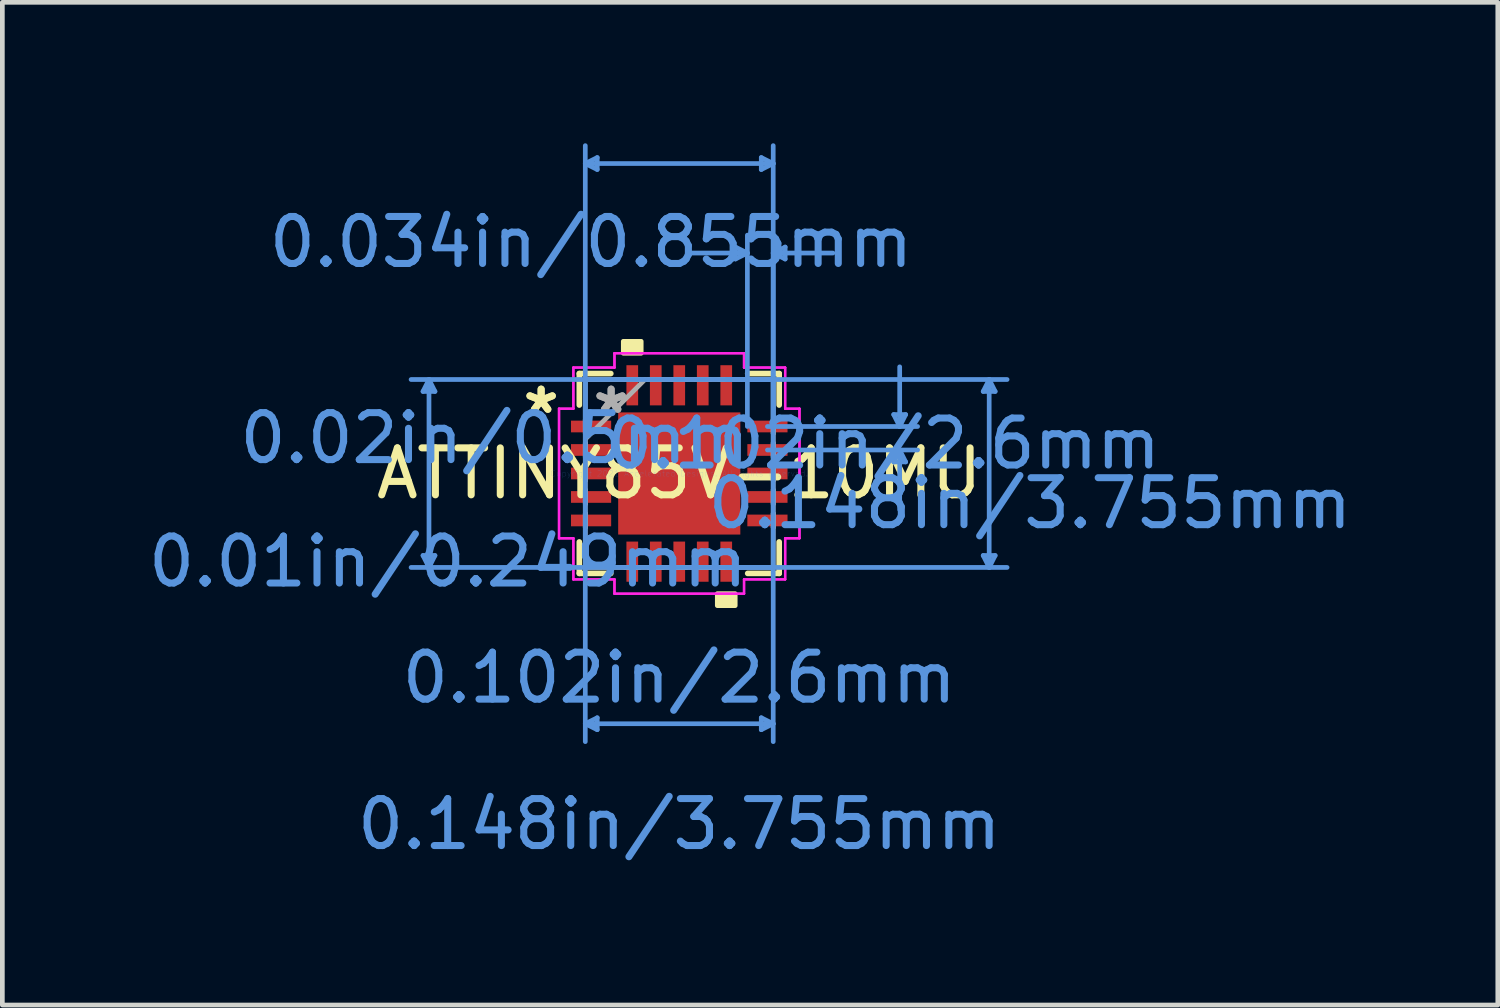
<source format=kicad_pcb>
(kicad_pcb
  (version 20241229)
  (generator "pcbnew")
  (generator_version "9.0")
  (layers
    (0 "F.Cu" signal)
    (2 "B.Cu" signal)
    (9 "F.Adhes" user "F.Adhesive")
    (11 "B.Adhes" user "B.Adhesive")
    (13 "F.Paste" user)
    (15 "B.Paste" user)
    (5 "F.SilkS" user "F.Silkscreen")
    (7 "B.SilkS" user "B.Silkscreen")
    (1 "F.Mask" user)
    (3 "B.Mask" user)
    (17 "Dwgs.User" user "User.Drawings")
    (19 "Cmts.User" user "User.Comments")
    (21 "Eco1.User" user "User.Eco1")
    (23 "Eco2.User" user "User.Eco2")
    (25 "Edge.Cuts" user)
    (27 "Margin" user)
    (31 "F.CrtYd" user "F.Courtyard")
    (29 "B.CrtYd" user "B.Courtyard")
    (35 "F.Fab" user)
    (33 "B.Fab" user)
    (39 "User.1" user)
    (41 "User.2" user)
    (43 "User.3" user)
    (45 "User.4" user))
  (footprint "ATTINY85V-10MU"
    (layer "F.Cu")
    (at 11.408 7.028)
    (property "Reference" "ATTINY85V-10MU" (at 0 0 0) (layer "F.SilkS") (effects (font (size 1 1) (thickness 0.15))))
    (attr through_hole)
    (fp_line (start -2.127 -2.127) (end -2.127 -1.457) (stroke (width 0.12) (type solid)) (layer "F.SilkS"))
    (fp_line (start -2.127 1.457) (end -2.127 2.127) (stroke (width 0.12) (type solid)) (layer "F.SilkS"))
    (fp_line (start -2.127 2.127) (end -1.457 2.127) (stroke (width 0.12) (type solid)) (layer "F.SilkS"))
    (fp_line (start -1.457 -2.127) (end -2.127 -2.127) (stroke (width 0.12) (type solid)) (layer "F.SilkS"))
    (fp_line (start 1.457 2.127) (end 2.127 2.127) (stroke (width 0.12) (type solid)) (layer "F.SilkS"))
    (fp_line (start 2.127 -2.127) (end 1.457 -2.127) (stroke (width 0.12) (type solid)) (layer "F.SilkS"))
    (fp_line (start 2.127 -1.457) (end 2.127 -2.127) (stroke (width 0.12) (type solid)) (layer "F.SilkS"))
    (fp_line (start 2.127 2.127) (end 2.127 1.457) (stroke (width 0.12) (type solid)) (layer "F.SilkS"))
    (fp_poly (pts (xy -1.191 -2.559) (xy -1.191 -2.813) (xy -0.81 -2.813) (xy -0.81 -2.559)) (stroke (width 0.1) (type solid)) (fill yes) (layer "F.SilkS"))
    (fp_poly (pts (xy 0.81 2.559) (xy 0.81 2.813) (xy 1.191 2.813) (xy 1.191 2.559)) (stroke (width 0.1) (type solid)) (fill yes) (layer "F.SilkS"))
    (fp_poly (pts (xy -1.2 -1.2) (xy -1.2 -0.1) (xy -0.1 -0.1) (xy -0.1 -1.2)) (stroke (width 0.1) (type solid)) (fill yes) (layer "F.Paste"))
    (fp_poly (pts (xy -1.2 0.1) (xy -1.2 1.2) (xy -0.1 1.2) (xy -0.1 0.1)) (stroke (width 0.1) (type solid)) (fill yes) (layer "F.Paste"))
    (fp_poly (pts (xy 0.1 -1.2) (xy 0.1 -0.1) (xy 1.2 -0.1) (xy 1.2 -1.2)) (stroke (width 0.1) (type solid)) (fill yes) (layer "F.Paste"))
    (fp_poly (pts (xy 0.1 0.1) (xy 0.1 1.2) (xy 1.2 1.2) (xy 1.2 0.1)) (stroke (width 0.1) (type solid)) (fill yes) (layer "F.Paste"))
    (fp_line (start -5.454 -1.746) (end -5.2 -1.746) (stroke (width 0.1) (type solid)) (layer "Cmts.User"))
    (fp_line (start -5.454 1.746) (end -5.2 1.746) (stroke (width 0.1) (type solid)) (layer "Cmts.User"))
    (fp_line (start -5.327 -2) (end -5.454 -1.746) (stroke (width 0.1) (type solid)) (layer "Cmts.User"))
    (fp_line (start -5.327 -2) (end -5.327 2) (stroke (width 0.1) (type solid)) (layer "Cmts.User"))
    (fp_line (start -5.327 -2) (end -5.2 -1.746) (stroke (width 0.1) (type solid)) (layer "Cmts.User"))
    (fp_line (start -5.327 2) (end -5.454 1.746) (stroke (width 0.1) (type solid)) (layer "Cmts.User"))
    (fp_line (start -5.327 2) (end -5.2 1.746) (stroke (width 0.1) (type solid)) (layer "Cmts.User"))
    (fp_line (start -2 -6.597) (end -1.746 -6.724) (stroke (width 0.1) (type solid)) (layer "Cmts.User"))
    (fp_line (start -2 -6.597) (end -1.746 -6.47) (stroke (width 0.1) (type solid)) (layer "Cmts.User"))
    (fp_line (start -2 -6.597) (end 2 -6.597) (stroke (width 0.1) (type solid)) (layer "Cmts.User"))
    (fp_line (start -2 -2) (end -2 5.708) (stroke (width 0.1) (type solid)) (layer "Cmts.User"))
    (fp_line (start -2 -1) (end -2 -6.978) (stroke (width 0.1) (type solid)) (layer "Cmts.User"))
    (fp_line (start -2 5.327) (end -1.746 5.2) (stroke (width 0.1) (type solid)) (layer "Cmts.User"))
    (fp_line (start -2 5.327) (end -1.746 5.454) (stroke (width 0.1) (type solid)) (layer "Cmts.User"))
    (fp_line (start -2 5.327) (end 2 5.327) (stroke (width 0.1) (type solid)) (layer "Cmts.User"))
    (fp_line (start -1.746 -6.724) (end -1.746 -6.47) (stroke (width 0.1) (type solid)) (layer "Cmts.User"))
    (fp_line (start -1.746 5.2) (end -1.746 5.454) (stroke (width 0.1) (type solid)) (layer "Cmts.User"))
    (fp_line (start 1 -2) (end 6.978 -2) (stroke (width 0.1) (type solid)) (layer "Cmts.User"))
    (fp_line (start 1 2) (end 6.978 2) (stroke (width 0.1) (type solid)) (layer "Cmts.User"))
    (fp_line (start 1.196 -4.819) (end 1.196 -4.565) (stroke (width 0.1) (type solid)) (layer "Cmts.User"))
    (fp_line (start 1.45 -4.692) (end 0.18 -4.692) (stroke (width 0.1) (type solid)) (layer "Cmts.User"))
    (fp_line (start 1.45 -4.692) (end 1.196 -4.819) (stroke (width 0.1) (type solid)) (layer "Cmts.User"))
    (fp_line (start 1.45 -4.692) (end 1.196 -4.565) (stroke (width 0.1) (type solid)) (layer "Cmts.User"))
    (fp_line (start 1.45 -1) (end 1.45 -5.073) (stroke (width 0.1) (type solid)) (layer "Cmts.User"))
    (fp_line (start 1.746 -6.724) (end 1.746 -6.47) (stroke (width 0.1) (type solid)) (layer "Cmts.User"))
    (fp_line (start 1.746 5.2) (end 1.746 5.454) (stroke (width 0.1) (type solid)) (layer "Cmts.User"))
    (fp_line (start 1.877 -1) (end 5.073 -1) (stroke (width 0.1) (type solid)) (layer "Cmts.User"))
    (fp_line (start 1.877 -0.5) (end 5.073 -0.5) (stroke (width 0.1) (type solid)) (layer "Cmts.User"))
    (fp_line (start 2 -6.597) (end 1.746 -6.724) (stroke (width 0.1) (type solid)) (layer "Cmts.User"))
    (fp_line (start 2 -6.597) (end 1.746 -6.47) (stroke (width 0.1) (type solid)) (layer "Cmts.User"))
    (fp_line (start 2 -4.692) (end 2.254 -4.819) (stroke (width 0.1) (type solid)) (layer "Cmts.User"))
    (fp_line (start 2 -4.692) (end 2.254 -4.565) (stroke (width 0.1) (type solid)) (layer "Cmts.User"))
    (fp_line (start 2 -4.692) (end 3.27 -4.692) (stroke (width 0.1) (type solid)) (layer "Cmts.User"))
    (fp_line (start 2 -2) (end -5.708 -2) (stroke (width 0.1) (type solid)) (layer "Cmts.User"))
    (fp_line (start 2 -2) (end 2 5.708) (stroke (width 0.1) (type solid)) (layer "Cmts.User"))
    (fp_line (start 2 -1) (end 2 -6.978) (stroke (width 0.1) (type solid)) (layer "Cmts.User"))
    (fp_line (start 2 -1) (end 2 -5.073) (stroke (width 0.1) (type solid)) (layer "Cmts.User"))
    (fp_line (start 2 2) (end -5.708 2) (stroke (width 0.1) (type solid)) (layer "Cmts.User"))
    (fp_line (start 2 5.327) (end 1.746 5.2) (stroke (width 0.1) (type solid)) (layer "Cmts.User"))
    (fp_line (start 2 5.327) (end 1.746 5.454) (stroke (width 0.1) (type solid)) (layer "Cmts.User"))
    (fp_line (start 2.254 -4.819) (end 2.254 -4.565) (stroke (width 0.1) (type solid)) (layer "Cmts.User"))
    (fp_line (start 4.565 -1.254) (end 4.819 -1.254) (stroke (width 0.1) (type solid)) (layer "Cmts.User"))
    (fp_line (start 4.565 -0.246) (end 4.819 -0.246) (stroke (width 0.1) (type solid)) (layer "Cmts.User"))
    (fp_line (start 4.692 -1) (end 4.565 -1.254) (stroke (width 0.1) (type solid)) (layer "Cmts.User"))
    (fp_line (start 4.692 -1) (end 4.692 -2.27) (stroke (width 0.1) (type solid)) (layer "Cmts.User"))
    (fp_line (start 4.692 -1) (end 4.819 -1.254) (stroke (width 0.1) (type solid)) (layer "Cmts.User"))
    (fp_line (start 4.692 -0.5) (end 4.565 -0.246) (stroke (width 0.1) (type solid)) (layer "Cmts.User"))
    (fp_line (start 4.692 -0.5) (end 4.692 0.77) (stroke (width 0.1) (type solid)) (layer "Cmts.User"))
    (fp_line (start 4.692 -0.5) (end 4.819 -0.246) (stroke (width 0.1) (type solid)) (layer "Cmts.User"))
    (fp_line (start 6.47 -1.746) (end 6.724 -1.746) (stroke (width 0.1) (type solid)) (layer "Cmts.User"))
    (fp_line (start 6.47 1.746) (end 6.724 1.746) (stroke (width 0.1) (type solid)) (layer "Cmts.User"))
    (fp_line (start 6.597 -2) (end 6.47 -1.746) (stroke (width 0.1) (type solid)) (layer "Cmts.User"))
    (fp_line (start 6.597 -2) (end 6.597 2) (stroke (width 0.1) (type solid)) (layer "Cmts.User"))
    (fp_line (start 6.597 -2) (end 6.724 -1.746) (stroke (width 0.1) (type solid)) (layer "Cmts.User"))
    (fp_line (start 6.597 2) (end 6.47 1.746) (stroke (width 0.1) (type solid)) (layer "Cmts.User"))
    (fp_line (start 6.597 2) (end 6.724 1.746) (stroke (width 0.1) (type solid)) (layer "Cmts.User"))
    (fp_line (start -2.559 -1.379) (end -2.254 -1.379) (stroke (width 0.05) (type solid)) (layer "F.CrtYd"))
    (fp_line (start -2.559 -1.379) (end -2.254 -1.379) (stroke (width 0.05) (type solid)) (layer "F.CrtYd"))
    (fp_line (start -2.559 1.379) (end -2.559 -1.379) (stroke (width 0.05) (type solid)) (layer "F.CrtYd"))
    (fp_line (start -2.559 1.379) (end -2.559 -1.379) (stroke (width 0.05) (type solid)) (layer "F.CrtYd"))
    (fp_line (start -2.254 -2.254) (end -1.379 -2.254) (stroke (width 0.05) (type solid)) (layer "F.CrtYd"))
    (fp_line (start -2.254 -2.254) (end -1.379 -2.254) (stroke (width 0.05) (type solid)) (layer "F.CrtYd"))
    (fp_line (start -2.254 -1.379) (end -2.254 -2.254) (stroke (width 0.05) (type solid)) (layer "F.CrtYd"))
    (fp_line (start -2.254 -1.379) (end -2.254 -2.254) (stroke (width 0.05) (type solid)) (layer "F.CrtYd"))
    (fp_line (start -2.254 1.379) (end -2.559 1.379) (stroke (width 0.05) (type solid)) (layer "F.CrtYd"))
    (fp_line (start -2.254 1.379) (end -2.559 1.379) (stroke (width 0.05) (type solid)) (layer "F.CrtYd"))
    (fp_line (start -2.254 2.254) (end -2.254 1.379) (stroke (width 0.05) (type solid)) (layer "F.CrtYd"))
    (fp_line (start -2.254 2.254) (end -2.254 1.379) (stroke (width 0.05) (type solid)) (layer "F.CrtYd"))
    (fp_line (start -1.379 -2.559) (end 1.379 -2.559) (stroke (width 0.05) (type solid)) (layer "F.CrtYd"))
    (fp_line (start -1.379 -2.559) (end 1.379 -2.559) (stroke (width 0.05) (type solid)) (layer "F.CrtYd"))
    (fp_line (start -1.379 -2.254) (end -1.379 -2.559) (stroke (width 0.05) (type solid)) (layer "F.CrtYd"))
    (fp_line (start -1.379 -2.254) (end -1.379 -2.559) (stroke (width 0.05) (type solid)) (layer "F.CrtYd"))
    (fp_line (start -1.379 2.254) (end -2.254 2.254) (stroke (width 0.05) (type solid)) (layer "F.CrtYd"))
    (fp_line (start -1.379 2.254) (end -2.254 2.254) (stroke (width 0.05) (type solid)) (layer "F.CrtYd"))
    (fp_line (start -1.379 2.559) (end -1.379 2.254) (stroke (width 0.05) (type solid)) (layer "F.CrtYd"))
    (fp_line (start -1.379 2.559) (end -1.379 2.254) (stroke (width 0.05) (type solid)) (layer "F.CrtYd"))
    (fp_line (start 1.379 -2.559) (end 1.379 -2.254) (stroke (width 0.05) (type solid)) (layer "F.CrtYd"))
    (fp_line (start 1.379 -2.559) (end 1.379 -2.254) (stroke (width 0.05) (type solid)) (layer "F.CrtYd"))
    (fp_line (start 1.379 -2.254) (end 2.254 -2.254) (stroke (width 0.05) (type solid)) (layer "F.CrtYd"))
    (fp_line (start 1.379 -2.254) (end 2.254 -2.254) (stroke (width 0.05) (type solid)) (layer "F.CrtYd"))
    (fp_line (start 1.379 2.254) (end 1.379 2.559) (stroke (width 0.05) (type solid)) (layer "F.CrtYd"))
    (fp_line (start 1.379 2.254) (end 1.379 2.559) (stroke (width 0.05) (type solid)) (layer "F.CrtYd"))
    (fp_line (start 1.379 2.559) (end -1.379 2.559) (stroke (width 0.05) (type solid)) (layer "F.CrtYd"))
    (fp_line (start 1.379 2.559) (end -1.379 2.559) (stroke (width 0.05) (type solid)) (layer "F.CrtYd"))
    (fp_line (start 2.254 -2.254) (end 2.254 -1.379) (stroke (width 0.05) (type solid)) (layer "F.CrtYd"))
    (fp_line (start 2.254 -2.254) (end 2.254 -1.379) (stroke (width 0.05) (type solid)) (layer "F.CrtYd"))
    (fp_line (start 2.254 -1.379) (end 2.559 -1.379) (stroke (width 0.05) (type solid)) (layer "F.CrtYd"))
    (fp_line (start 2.254 -1.379) (end 2.559 -1.379) (stroke (width 0.05) (type solid)) (layer "F.CrtYd"))
    (fp_line (start 2.254 1.379) (end 2.254 2.254) (stroke (width 0.05) (type solid)) (layer "F.CrtYd"))
    (fp_line (start 2.254 1.379) (end 2.254 2.254) (stroke (width 0.05) (type solid)) (layer "F.CrtYd"))
    (fp_line (start 2.254 2.254) (end 1.379 2.254) (stroke (width 0.05) (type solid)) (layer "F.CrtYd"))
    (fp_line (start 2.254 2.254) (end 1.379 2.254) (stroke (width 0.05) (type solid)) (layer "F.CrtYd"))
    (fp_line (start 2.559 -1.379) (end 2.559 1.379) (stroke (width 0.05) (type solid)) (layer "F.CrtYd"))
    (fp_line (start 2.559 -1.379) (end 2.559 1.379) (stroke (width 0.05) (type solid)) (layer "F.CrtYd"))
    (fp_line (start 2.559 1.379) (end 2.254 1.379) (stroke (width 0.05) (type solid)) (layer "F.CrtYd"))
    (fp_line (start 2.559 1.379) (end 2.254 1.379) (stroke (width 0.05) (type solid)) (layer "F.CrtYd"))
    (fp_line (start -2 -2) (end -2 -2) (stroke (width 0.1) (type solid)) (layer "F.Fab"))
    (fp_line (start -2 -2) (end -2 2) (stroke (width 0.1) (type solid)) (layer "F.Fab"))
    (fp_line (start -2 -1.15) (end -2 -1.15) (stroke (width 0.1) (type solid)) (layer "F.Fab"))
    (fp_line (start -2 -1.15) (end -2 -0.85) (stroke (width 0.1) (type solid)) (layer "F.Fab"))
    (fp_line (start -2 -0.85) (end -2 -1.15) (stroke (width 0.1) (type solid)) (layer "F.Fab"))
    (fp_line (start -2 -0.85) (end -2 -0.85) (stroke (width 0.1) (type solid)) (layer "F.Fab"))
    (fp_line (start -2 -0.73) (end -0.73 -2) (stroke (width 0.1) (type solid)) (layer "F.Fab"))
    (fp_line (start -2 -0.65) (end -2 -0.65) (stroke (width 0.1) (type solid)) (layer "F.Fab"))
    (fp_line (start -2 -0.65) (end -2 -0.35) (stroke (width 0.1) (type solid)) (layer "F.Fab"))
    (fp_line (start -2 -0.35) (end -2 -0.65) (stroke (width 0.1) (type solid)) (layer "F.Fab"))
    (fp_line (start -2 -0.35) (end -2 -0.35) (stroke (width 0.1) (type solid)) (layer "F.Fab"))
    (fp_line (start -2 -0.15) (end -2 -0.15) (stroke (width 0.1) (type solid)) (layer "F.Fab"))
    (fp_line (start -2 -0.15) (end -2 0.15) (stroke (width 0.1) (type solid)) (layer "F.Fab"))
    (fp_line (start -2 0.15) (end -2 -0.15) (stroke (width 0.1) (type solid)) (layer "F.Fab"))
    (fp_line (start -2 0.15) (end -2 0.15) (stroke (width 0.1) (type solid)) (layer "F.Fab"))
    (fp_line (start -2 0.35) (end -2 0.35) (stroke (width 0.1) (type solid)) (layer "F.Fab"))
    (fp_line (start -2 0.35) (end -2 0.65) (stroke (width 0.1) (type solid)) (layer "F.Fab"))
    (fp_line (start -2 0.65) (end -2 0.35) (stroke (width 0.1) (type solid)) (layer "F.Fab"))
    (fp_line (start -2 0.65) (end -2 0.65) (stroke (width 0.1) (type solid)) (layer "F.Fab"))
    (fp_line (start -2 0.85) (end -2 0.85) (stroke (width 0.1) (type solid)) (layer "F.Fab"))
    (fp_line (start -2 0.85) (end -2 1.15) (stroke (width 0.1) (type solid)) (layer "F.Fab"))
    (fp_line (start -2 1.15) (end -2 0.85) (stroke (width 0.1) (type solid)) (layer "F.Fab"))
    (fp_line (start -2 1.15) (end -2 1.15) (stroke (width 0.1) (type solid)) (layer "F.Fab"))
    (fp_line (start -2 2) (end -2 2) (stroke (width 0.1) (type solid)) (layer "F.Fab"))
    (fp_line (start -2 2) (end 2 2) (stroke (width 0.1) (type solid)) (layer "F.Fab"))
    (fp_line (start -1.15 -2) (end -1.15 -2) (stroke (width 0.1) (type solid)) (layer "F.Fab"))
    (fp_line (start -1.15 -2) (end -0.85 -2) (stroke (width 0.1) (type solid)) (layer "F.Fab"))
    (fp_line (start -1.15 2) (end -1.15 2) (stroke (width 0.1) (type solid)) (layer "F.Fab"))
    (fp_line (start -1.15 2) (end -0.85 2) (stroke (width 0.1) (type solid)) (layer "F.Fab"))
    (fp_line (start -0.85 -2) (end -1.15 -2) (stroke (width 0.1) (type solid)) (layer "F.Fab"))
    (fp_line (start -0.85 -2) (end -0.85 -2) (stroke (width 0.1) (type solid)) (layer "F.Fab"))
    (fp_line (start -0.85 2) (end -1.15 2) (stroke (width 0.1) (type solid)) (layer "F.Fab"))
    (fp_line (start -0.85 2) (end -0.85 2) (stroke (width 0.1) (type solid)) (layer "F.Fab"))
    (fp_line (start -0.65 -2) (end -0.65 -2) (stroke (width 0.1) (type solid)) (layer "F.Fab"))
    (fp_line (start -0.65 -2) (end -0.35 -2) (stroke (width 0.1) (type solid)) (layer "F.Fab"))
    (fp_line (start -0.65 2) (end -0.65 2) (stroke (width 0.1) (type solid)) (layer "F.Fab"))
    (fp_line (start -0.65 2) (end -0.35 2) (stroke (width 0.1) (type solid)) (layer "F.Fab"))
    (fp_line (start -0.35 -2) (end -0.65 -2) (stroke (width 0.1) (type solid)) (layer "F.Fab"))
    (fp_line (start -0.35 -2) (end -0.35 -2) (stroke (width 0.1) (type solid)) (layer "F.Fab"))
    (fp_line (start -0.35 2) (end -0.65 2) (stroke (width 0.1) (type solid)) (layer "F.Fab"))
    (fp_line (start -0.35 2) (end -0.35 2) (stroke (width 0.1) (type solid)) (layer "F.Fab"))
    (fp_line (start -0.15 -2) (end -0.15 -2) (stroke (width 0.1) (type solid)) (layer "F.Fab"))
    (fp_line (start -0.15 -2) (end 0.15 -2) (stroke (width 0.1) (type solid)) (layer "F.Fab"))
    (fp_line (start -0.15 2) (end -0.15 2) (stroke (width 0.1) (type solid)) (layer "F.Fab"))
    (fp_line (start -0.15 2) (end 0.15 2) (stroke (width 0.1) (type solid)) (layer "F.Fab"))
    (fp_line (start 0.15 -2) (end -0.15 -2) (stroke (width 0.1) (type solid)) (layer "F.Fab"))
    (fp_line (start 0.15 -2) (end 0.15 -2) (stroke (width 0.1) (type solid)) (layer "F.Fab"))
    (fp_line (start 0.15 2) (end -0.15 2) (stroke (width 0.1) (type solid)) (layer "F.Fab"))
    (fp_line (start 0.15 2) (end 0.15 2) (stroke (width 0.1) (type solid)) (layer "F.Fab"))
    (fp_line (start 0.35 -2) (end 0.35 -2) (stroke (width 0.1) (type solid)) (layer "F.Fab"))
    (fp_line (start 0.35 -2) (end 0.65 -2) (stroke (width 0.1) (type solid)) (layer "F.Fab"))
    (fp_line (start 0.35 2) (end 0.35 2) (stroke (width 0.1) (type solid)) (layer "F.Fab"))
    (fp_line (start 0.35 2) (end 0.65 2) (stroke (width 0.1) (type solid)) (layer "F.Fab"))
    (fp_line (start 0.65 -2) (end 0.35 -2) (stroke (width 0.1) (type solid)) (layer "F.Fab"))
    (fp_line (start 0.65 -2) (end 0.65 -2) (stroke (width 0.1) (type solid)) (layer "F.Fab"))
    (fp_line (start 0.65 2) (end 0.35 2) (stroke (width 0.1) (type solid)) (layer "F.Fab"))
    (fp_line (start 0.65 2) (end 0.65 2) (stroke (width 0.1) (type solid)) (layer "F.Fab"))
    (fp_line (start 0.85 -2) (end 0.85 -2) (stroke (width 0.1) (type solid)) (layer "F.Fab"))
    (fp_line (start 0.85 -2) (end 1.15 -2) (stroke (width 0.1) (type solid)) (layer "F.Fab"))
    (fp_line (start 0.85 2) (end 0.85 2) (stroke (width 0.1) (type solid)) (layer "F.Fab"))
    (fp_line (start 0.85 2) (end 1.15 2) (stroke (width 0.1) (type solid)) (layer "F.Fab"))
    (fp_line (start 1.15 -2) (end 0.85 -2) (stroke (width 0.1) (type solid)) (layer "F.Fab"))
    (fp_line (start 1.15 -2) (end 1.15 -2) (stroke (width 0.1) (type solid)) (layer "F.Fab"))
    (fp_line (start 1.15 2) (end 0.85 2) (stroke (width 0.1) (type solid)) (layer "F.Fab"))
    (fp_line (start 1.15 2) (end 1.15 2) (stroke (width 0.1) (type solid)) (layer "F.Fab"))
    (fp_line (start 2 -2) (end -2 -2) (stroke (width 0.1) (type solid)) (layer "F.Fab"))
    (fp_line (start 2 -2) (end 2 -2) (stroke (width 0.1) (type solid)) (layer "F.Fab"))
    (fp_line (start 2 -1.15) (end 2 -1.15) (stroke (width 0.1) (type solid)) (layer "F.Fab"))
    (fp_line (start 2 -1.15) (end 2 -0.85) (stroke (width 0.1) (type solid)) (layer "F.Fab"))
    (fp_line (start 2 -0.85) (end 2 -1.15) (stroke (width 0.1) (type solid)) (layer "F.Fab"))
    (fp_line (start 2 -0.85) (end 2 -0.85) (stroke (width 0.1) (type solid)) (layer "F.Fab"))
    (fp_line (start 2 -0.65) (end 2 -0.65) (stroke (width 0.1) (type solid)) (layer "F.Fab"))
    (fp_line (start 2 -0.65) (end 2 -0.35) (stroke (width 0.1) (type solid)) (layer "F.Fab"))
    (fp_line (start 2 -0.35) (end 2 -0.65) (stroke (width 0.1) (type solid)) (layer "F.Fab"))
    (fp_line (start 2 -0.35) (end 2 -0.35) (stroke (width 0.1) (type solid)) (layer "F.Fab"))
    (fp_line (start 2 -0.15) (end 2 -0.15) (stroke (width 0.1) (type solid)) (layer "F.Fab"))
    (fp_line (start 2 -0.15) (end 2 0.15) (stroke (width 0.1) (type solid)) (layer "F.Fab"))
    (fp_line (start 2 0.15) (end 2 -0.15) (stroke (width 0.1) (type solid)) (layer "F.Fab"))
    (fp_line (start 2 0.15) (end 2 0.15) (stroke (width 0.1) (type solid)) (layer "F.Fab"))
    (fp_line (start 2 0.35) (end 2 0.35) (stroke (width 0.1) (type solid)) (layer "F.Fab"))
    (fp_line (start 2 0.35) (end 2 0.65) (stroke (width 0.1) (type solid)) (layer "F.Fab"))
    (fp_line (start 2 0.65) (end 2 0.35) (stroke (width 0.1) (type solid)) (layer "F.Fab"))
    (fp_line (start 2 0.65) (end 2 0.65) (stroke (width 0.1) (type solid)) (layer "F.Fab"))
    (fp_line (start 2 0.85) (end 2 0.85) (stroke (width 0.1) (type solid)) (layer "F.Fab"))
    (fp_line (start 2 0.85) (end 2 1.15) (stroke (width 0.1) (type solid)) (layer "F.Fab"))
    (fp_line (start 2 1.15) (end 2 0.85) (stroke (width 0.1) (type solid)) (layer "F.Fab"))
    (fp_line (start 2 1.15) (end 2 1.15) (stroke (width 0.1) (type solid)) (layer "F.Fab"))
    (fp_line (start 2 2) (end 2 -2) (stroke (width 0.1) (type solid)) (layer "F.Fab"))
    (fp_line (start 2 2) (end 2 2) (stroke (width 0.1) (type solid)) (layer "F.Fab"))
    (fp_text user "*" (at -2.94 -1.25 0) (layer "F.SilkS") (effects (font (size 1 1) (thickness 0.15))))
    (fp_text user "*" (at -2.94 -1.25 0) (layer "F.SilkS") (effects (font (size 1 1) (thickness 0.15))))
    (fp_text user "0.01in/0.249mm" (at -4.925 1.877 0) (layer "Cmts.User") (effects (font (size 1 1) (thickness 0.15))))
    (fp_text user "0.02in/0.5mm" (at -3.93 -0.75 0) (layer "Cmts.User") (effects (font (size 1 1) (thickness 0.15))))
    (fp_text user "0.148in/3.755mm" (at 7.465 0.635 0) (layer "Cmts.User") (effects (font (size 1 1) (thickness 0.15))))
    (fp_text user "0.102in/2.6mm" (at 0 4.348 0) (layer "Cmts.User") (effects (font (size 1 1) (thickness 0.15))))
    (fp_text user "0.034in/0.855mm" (at -1.877 -4.925 0) (layer "Cmts.User") (effects (font (size 1 1) (thickness 0.15))))
    (fp_text user "0.148in/3.755mm" (at 0 7.465 0) (layer "Cmts.User") (effects (font (size 1 1) (thickness 0.15))))
    (fp_text user "0.102in/2.6mm" (at 4.348 -0.635 0) (layer "Cmts.User") (effects (font (size 1 1) (thickness 0.15))))
    (fp_text user "Copyright 2021 Accelerated Designs. All rights reserved." (at 0 0 0) (layer "Cmts.User") (effects (font (size 0.127 0.127) (thickness 0.002))))
    (fp_text user "*" (at -1.45 -1.25 0) (layer "F.Fab") (effects (font (size 1 1) (thickness 0.15))))
    (fp_text user "*" (at -1.45 -1.25 0) (layer "F.Fab") (effects (font (size 1 1) (thickness 0.15))))
    (pad "1" smd rect (at -1.877 -1 90) (size 0.249 0.855) (layers "F.Cu" "F.Mask" "F.Paste"))
    (pad "2" smd rect (at -1.877 -0.5 90) (size 0.249 0.855) (layers "F.Cu" "F.Mask" "F.Paste"))
    (pad "3" smd rect (at -1.877 0 90) (size 0.249 0.855) (layers "F.Cu" "F.Mask" "F.Paste"))
    (pad "4" smd rect (at -1.877 0.5 90) (size 0.249 0.855) (layers "F.Cu" "F.Mask" "F.Paste"))
    (pad "5" smd rect (at -1.877 1 90) (size 0.249 0.855) (layers "F.Cu" "F.Mask" "F.Paste"))
    (pad "6" smd rect (at -1 1.877) (size 0.249 0.855) (layers "F.Cu" "F.Mask" "F.Paste"))
    (pad "7" smd rect (at -0.5 1.877) (size 0.249 0.855) (layers "F.Cu" "F.Mask" "F.Paste"))
    (pad "8" smd rect (at 0 1.877) (size 0.249 0.855) (layers "F.Cu" "F.Mask" "F.Paste"))
    (pad "9" smd rect (at 0.5 1.877) (size 0.249 0.855) (layers "F.Cu" "F.Mask" "F.Paste"))
    (pad "10" smd rect (at 1 1.877) (size 0.249 0.855) (layers "F.Cu" "F.Mask" "F.Paste"))
    (pad "11" smd rect (at 1.877 1 90) (size 0.249 0.855) (layers "F.Cu" "F.Mask" "F.Paste"))
    (pad "12" smd rect (at 1.877 0.5 90) (size 0.249 0.855) (layers "F.Cu" "F.Mask" "F.Paste"))
    (pad "13" smd rect (at 1.877 0 90) (size 0.249 0.855) (layers "F.Cu" "F.Mask" "F.Paste"))
    (pad "14" smd rect (at 1.877 -0.5 90) (size 0.249 0.855) (layers "F.Cu" "F.Mask" "F.Paste"))
    (pad "15" smd rect (at 1.877 -1 90) (size 0.249 0.855) (layers "F.Cu" "F.Mask" "F.Paste"))
    (pad "16" smd rect (at 1 -1.877) (size 0.249 0.855) (layers "F.Cu" "F.Mask" "F.Paste"))
    (pad "17" smd rect (at 0.5 -1.877) (size 0.249 0.855) (layers "F.Cu" "F.Mask" "F.Paste"))
    (pad "18" smd rect (at 0 -1.877) (size 0.249 0.855) (layers "F.Cu" "F.Mask" "F.Paste"))
    (pad "19" smd rect (at -0.5 -1.877) (size 0.249 0.855) (layers "F.Cu" "F.Mask" "F.Paste"))
    (pad "20" smd rect (at -1 -1.877) (size 0.249 0.855) (layers "F.Cu" "F.Mask" "F.Paste"))
    (pad "21" smd rect (at 0 0) (size 2.6 2.6) (layers "F.Cu" "F.Mask")))
  (gr_rect
    (start -3 -3)
    (end 28.831 18.342)
    (stroke (width 0.1) (type default))
    (fill no)
    (layer "Edge.Cuts")))
</source>
